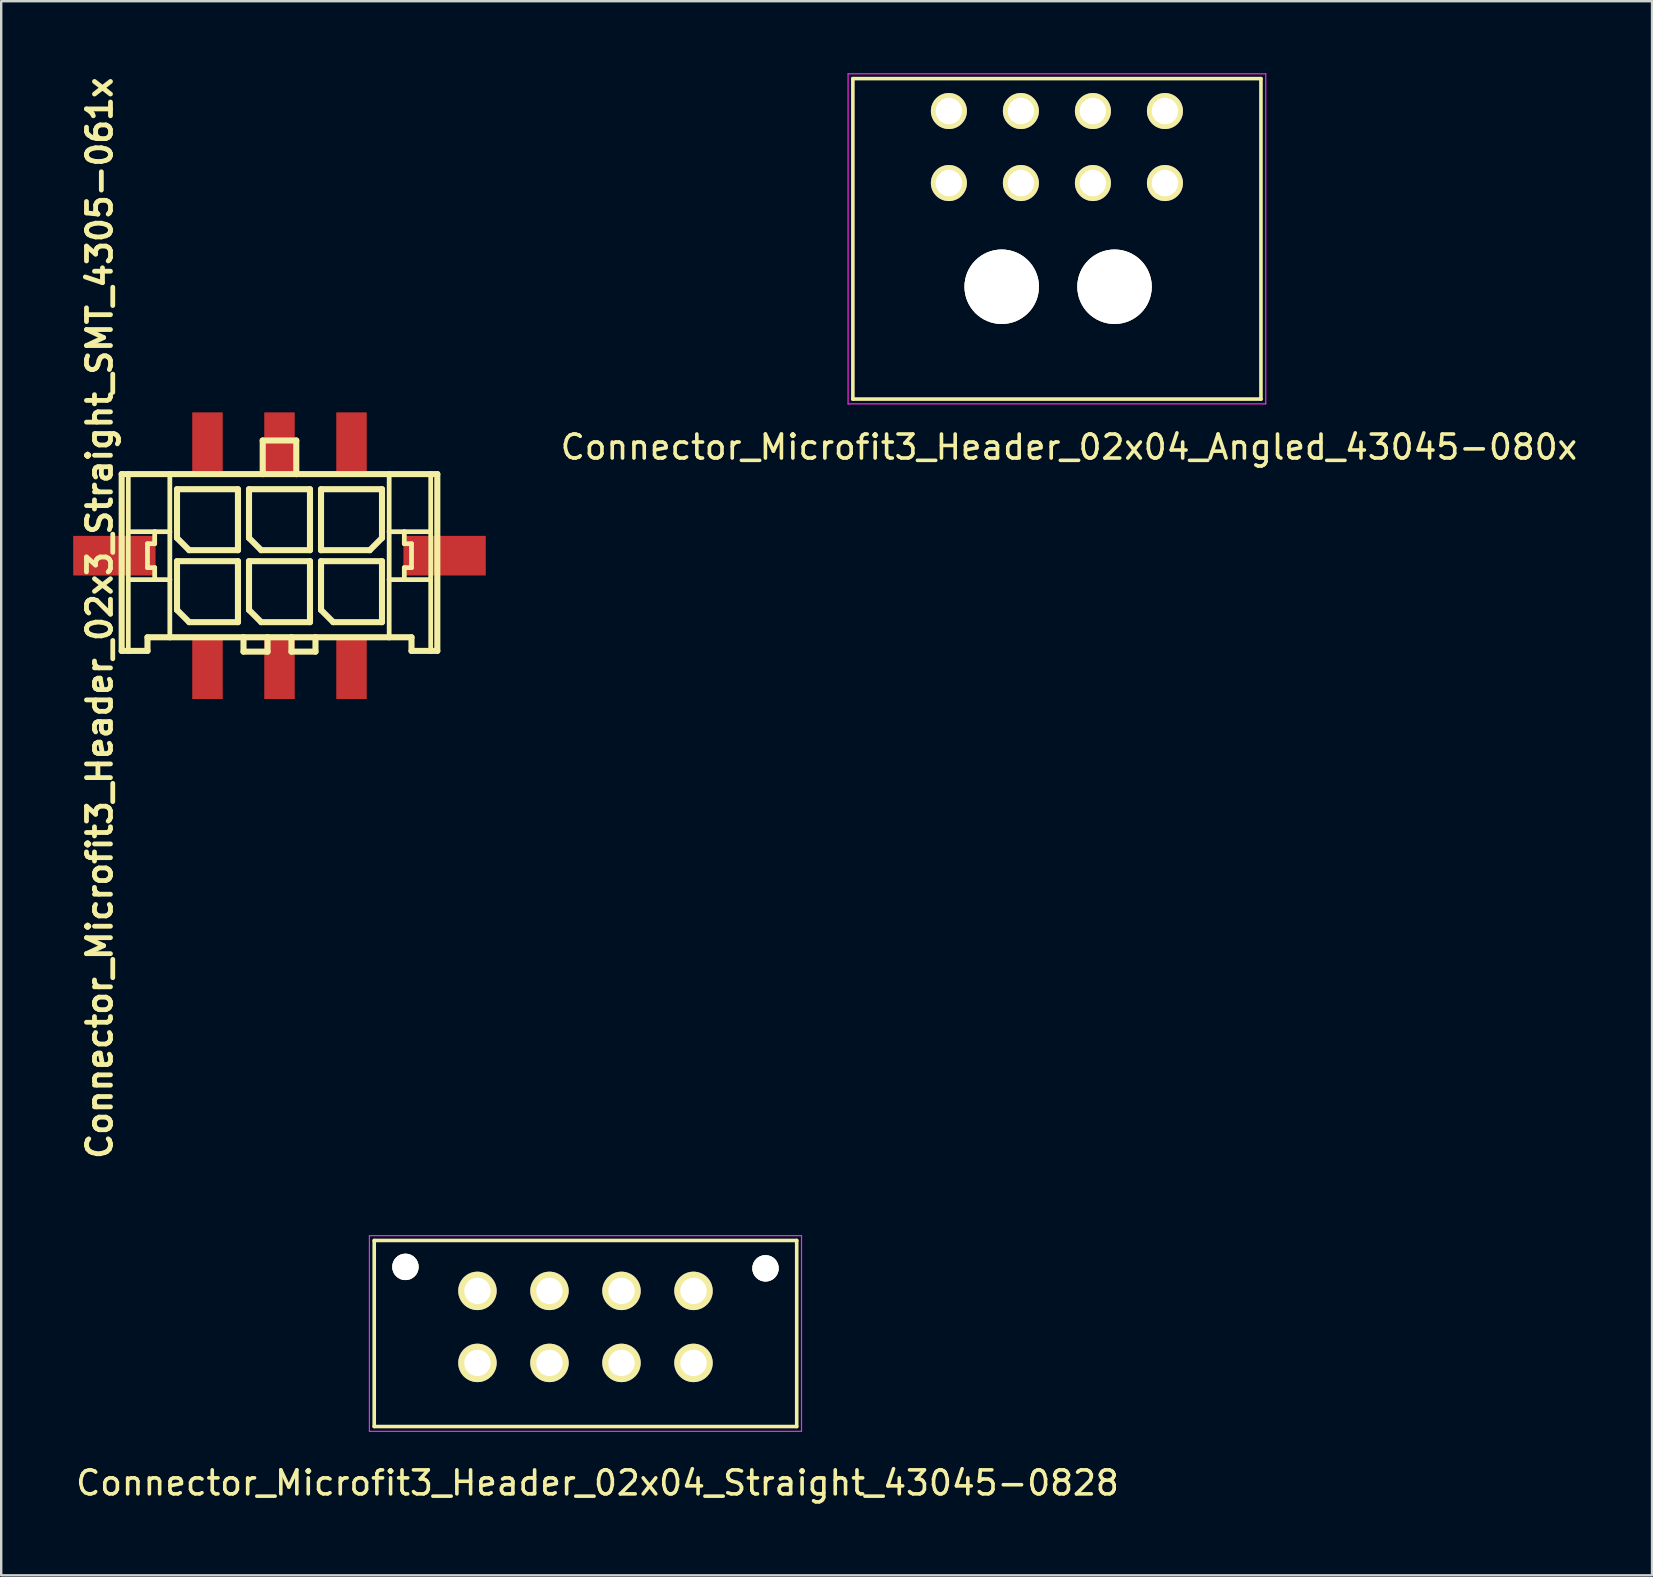
<source format=kicad_pcb>
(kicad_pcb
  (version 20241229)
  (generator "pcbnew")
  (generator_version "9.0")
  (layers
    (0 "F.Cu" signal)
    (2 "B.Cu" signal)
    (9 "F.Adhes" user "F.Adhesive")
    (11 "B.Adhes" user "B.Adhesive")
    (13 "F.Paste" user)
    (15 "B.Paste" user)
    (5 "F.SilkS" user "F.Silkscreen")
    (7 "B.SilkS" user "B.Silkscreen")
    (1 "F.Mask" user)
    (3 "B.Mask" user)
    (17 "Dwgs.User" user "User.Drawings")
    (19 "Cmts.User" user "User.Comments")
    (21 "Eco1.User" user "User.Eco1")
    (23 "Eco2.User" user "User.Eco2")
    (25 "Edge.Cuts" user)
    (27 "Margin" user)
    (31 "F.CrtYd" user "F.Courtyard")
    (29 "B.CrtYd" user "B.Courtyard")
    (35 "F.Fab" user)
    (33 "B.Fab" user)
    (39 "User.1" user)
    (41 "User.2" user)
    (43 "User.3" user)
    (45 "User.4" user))
  (footprint "Connector_Microfit3_Header_02x04_Straight_43045-0828"
    (layer "F.Cu")
    (at 25.839 53.725)
    (property "Reference" "Connector_Microfit3_Header_02x04_Straight_43045-0828" (at -4 5 0) (layer "F.SilkS") (effects (font (size 1 1) (thickness 0.15))))
    (attr through_hole)
    (fp_line (start -13.3 2.65) (end -13.3 -5.1) (stroke (width 0.15) (type solid)) (layer "F.SilkS"))
    (fp_line (start 4.3 -5.1) (end -13.3 -5.1) (stroke (width 0.15) (type solid)) (layer "F.SilkS"))
    (fp_line (start 4.3 2.65) (end -13.3 2.65) (stroke (width 0.15) (type solid)) (layer "F.SilkS"))
    (fp_line (start 4.3 2.65) (end 4.3 -5.1) (stroke (width 0.15) (type solid)) (layer "F.SilkS"))
    (fp_line (start -13.5 2.85) (end -13.5 -5.3) (stroke (width 0.05) (type solid)) (layer "F.CrtYd"))
    (fp_line (start 4.5 -5.3) (end -13.5 -5.3) (stroke (width 0.05) (type solid)) (layer "F.CrtYd"))
    (fp_line (start 4.5 2.85) (end -13.5 2.85) (stroke (width 0.05) (type solid)) (layer "F.CrtYd"))
    (fp_line (start 4.5 2.85) (end 4.5 -5.3) (stroke (width 0.05) (type solid)) (layer "F.CrtYd"))
    (pad "" thru_hole circle (at -12 -4) (size 1.1 1.1) (drill 1.1) (layers "*.Cu" "*.Mask" "F.SilkS"))
    (pad "" thru_hole circle (at 3 -3.94) (size 1.1 1.1) (drill 1.1) (layers "*.Cu" "*.Mask" "F.SilkS"))
    (pad "1" thru_hole circle (at 0 0) (size 1.6 1.6) (drill 1.1) (layers "*.Cu" "*.Mask" "F.SilkS"))
    (pad "2" thru_hole circle (at -3 0) (size 1.6 1.6) (drill 1.1) (layers "*.Cu" "*.Mask" "F.SilkS"))
    (pad "3" thru_hole circle (at -6 0) (size 1.6 1.6) (drill 1.1) (layers "*.Cu" "*.Mask" "F.SilkS"))
    (pad "4" thru_hole circle (at -9 0) (size 1.6 1.6) (drill 1.1) (layers "*.Cu" "*.Mask" "F.SilkS"))
    (pad "5" thru_hole circle (at 0 -3) (size 1.6 1.6) (drill 1.1) (layers "*.Cu" "*.Mask" "F.SilkS"))
    (pad "6" thru_hole circle (at -3 -3) (size 1.6 1.6) (drill 1.1) (layers "*.Cu" "*.Mask" "F.SilkS"))
    (pad "7" thru_hole circle (at -6 -3) (size 1.6 1.6) (drill 1.1) (layers "*.Cu" "*.Mask" "F.SilkS"))
    (pad "8" thru_hole circle (at -9 -3) (size 1.6 1.6) (drill 1.1) (layers "*.Cu" "*.Mask" "F.SilkS")))
  (footprint "Connector_Microfit3_Header_02x3_Straight_SMT_4305-061x"
    (layer "F.Cu")
    (at 8.593 20.098)
    (property "Reference" "Connector_Microfit3_Header_02x3_Straight_SMT_4305-061x" (at -7.493 2.603 90) (layer "F.SilkS") (effects (font (size 1 1) (thickness 0.2))))
    (attr smd)
    (fp_line (start -6.574 -3.399) (end -6.299 -3.399) (stroke (width 0.254) (type solid)) (layer "F.SilkS"))
    (fp_line (start -6.574 3.967) (end -6.574 -3.399) (stroke (width 0.254) (type solid)) (layer "F.SilkS"))
    (fp_line (start -6.299 -3.399) (end -4.569 -3.399) (stroke (width 0.254) (type solid)) (layer "F.SilkS"))
    (fp_line (start -6.299 -0.998) (end -6.299 -3.399) (stroke (width 0.198) (type solid)) (layer "F.SilkS"))
    (fp_line (start -6.299 0.998) (end -6.299 -0.998) (stroke (width 0.198) (type solid)) (layer "F.SilkS"))
    (fp_line (start -6.299 3.967) (end -6.574 3.967) (stroke (width 0.254) (type solid)) (layer "F.SilkS"))
    (fp_line (start -6.299 3.967) (end -6.299 0.998) (stroke (width 0.198) (type solid)) (layer "F.SilkS"))
    (fp_line (start -5.499 -0.498) (end -5.499 0.498) (stroke (width 0.198) (type solid)) (layer "F.SilkS"))
    (fp_line (start -5.499 0.498) (end -5.199 0.498) (stroke (width 0.198) (type solid)) (layer "F.SilkS"))
    (fp_line (start -5.499 3.399) (end -5.499 3.967) (stroke (width 0.254) (type solid)) (layer "F.SilkS"))
    (fp_line (start -5.499 3.967) (end -6.299 3.967) (stroke (width 0.254) (type solid)) (layer "F.SilkS"))
    (fp_line (start -5.199 -0.998) (end -6.299 -0.998) (stroke (width 0.198) (type solid)) (layer "F.SilkS"))
    (fp_line (start -5.199 -0.998) (end -5.199 -0.498) (stroke (width 0.198) (type solid)) (layer "F.SilkS"))
    (fp_line (start -5.199 -0.498) (end -5.499 -0.498) (stroke (width 0.198) (type solid)) (layer "F.SilkS"))
    (fp_line (start -5.199 0.498) (end -5.199 0.998) (stroke (width 0.198) (type solid)) (layer "F.SilkS"))
    (fp_line (start -5.199 0.998) (end -6.299 0.998) (stroke (width 0.198) (type solid)) (layer "F.SilkS"))
    (fp_line (start -4.569 -3.399) (end -0.699 -3.399) (stroke (width 0.254) (type solid)) (layer "F.SilkS"))
    (fp_line (start -4.569 -0.998) (end -5.199 -0.998) (stroke (width 0.198) (type solid)) (layer "F.SilkS"))
    (fp_line (start -4.569 -0.998) (end -4.569 -3.399) (stroke (width 0.198) (type solid)) (layer "F.SilkS"))
    (fp_line (start -4.569 0.998) (end -5.199 0.998) (stroke (width 0.198) (type solid)) (layer "F.SilkS"))
    (fp_line (start -4.569 0.998) (end -4.569 -0.998) (stroke (width 0.198) (type solid)) (layer "F.SilkS"))
    (fp_line (start -4.569 3.399) (end -5.499 3.399) (stroke (width 0.254) (type solid)) (layer "F.SilkS"))
    (fp_line (start -4.569 3.399) (end -4.569 0.998) (stroke (width 0.198) (type solid)) (layer "F.SilkS"))
    (fp_line (start -4.27 -2.769) (end -1.73 -2.769) (stroke (width 0.254) (type solid)) (layer "F.SilkS"))
    (fp_line (start -4.27 -0.737) (end -4.27 -2.769) (stroke (width 0.254) (type solid)) (layer "F.SilkS"))
    (fp_line (start -4.27 0.229) (end -1.73 0.229) (stroke (width 0.254) (type solid)) (layer "F.SilkS"))
    (fp_line (start -4.27 2.261) (end -4.27 0.229) (stroke (width 0.254) (type solid)) (layer "F.SilkS"))
    (fp_line (start -3.762 -0.229) (end -4.27 -0.737) (stroke (width 0.254) (type solid)) (layer "F.SilkS"))
    (fp_line (start -3.762 2.769) (end -4.27 2.261) (stroke (width 0.254) (type solid)) (layer "F.SilkS"))
    (fp_line (start -1.73 -2.769) (end -1.73 -0.229) (stroke (width 0.254) (type solid)) (layer "F.SilkS"))
    (fp_line (start -1.73 -0.229) (end -3.762 -0.229) (stroke (width 0.254) (type solid)) (layer "F.SilkS"))
    (fp_line (start -1.73 0.229) (end -1.73 2.769) (stroke (width 0.254) (type solid)) (layer "F.SilkS"))
    (fp_line (start -1.73 2.769) (end -3.762 2.769) (stroke (width 0.254) (type solid)) (layer "F.SilkS"))
    (fp_line (start -1.499 3.399) (end -4.569 3.399) (stroke (width 0.254) (type solid)) (layer "F.SilkS"))
    (fp_line (start -1.499 3.399) (end -1.499 3.998) (stroke (width 0.254) (type solid)) (layer "F.SilkS"))
    (fp_line (start -1.499 3.998) (end -0.498 3.998) (stroke (width 0.254) (type solid)) (layer "F.SilkS"))
    (fp_line (start -1.27 -2.769) (end 1.27 -2.769) (stroke (width 0.254) (type solid)) (layer "F.SilkS"))
    (fp_line (start -1.27 -0.737) (end -1.27 -2.769) (stroke (width 0.254) (type solid)) (layer "F.SilkS"))
    (fp_line (start -1.27 0.229) (end 1.27 0.229) (stroke (width 0.254) (type solid)) (layer "F.SilkS"))
    (fp_line (start -1.27 2.261) (end -1.27 0.229) (stroke (width 0.254) (type solid)) (layer "F.SilkS"))
    (fp_line (start -0.762 -0.229) (end -1.27 -0.737) (stroke (width 0.254) (type solid)) (layer "F.SilkS"))
    (fp_line (start -0.762 2.769) (end -1.27 2.261) (stroke (width 0.254) (type solid)) (layer "F.SilkS"))
    (fp_line (start -0.699 -4.798) (end -0.699 -3.399) (stroke (width 0.254) (type solid)) (layer "F.SilkS"))
    (fp_line (start -0.699 -4.798) (end 0.699 -4.798) (stroke (width 0.254) (type solid)) (layer "F.SilkS"))
    (fp_line (start -0.699 -3.399) (end 0.699 -3.399) (stroke (width 0.254) (type solid)) (layer "F.SilkS"))
    (fp_line (start -0.498 3.399) (end -1.499 3.399) (stroke (width 0.254) (type solid)) (layer "F.SilkS"))
    (fp_line (start -0.498 3.998) (end -0.498 3.399) (stroke (width 0.254) (type solid)) (layer "F.SilkS"))
    (fp_line (start 0.498 3.399) (end -0.498 3.399) (stroke (width 0.254) (type solid)) (layer "F.SilkS"))
    (fp_line (start 0.498 3.399) (end 0.498 3.998) (stroke (width 0.254) (type solid)) (layer "F.SilkS"))
    (fp_line (start 0.498 3.998) (end 1.499 3.998) (stroke (width 0.254) (type solid)) (layer "F.SilkS"))
    (fp_line (start 0.699 -4.798) (end 0.699 -3.399) (stroke (width 0.254) (type solid)) (layer "F.SilkS"))
    (fp_line (start 0.699 -3.399) (end 4.569 -3.399) (stroke (width 0.254) (type solid)) (layer "F.SilkS"))
    (fp_line (start 1.27 -2.769) (end 1.27 -0.229) (stroke (width 0.254) (type solid)) (layer "F.SilkS"))
    (fp_line (start 1.27 -0.229) (end -0.762 -0.229) (stroke (width 0.254) (type solid)) (layer "F.SilkS"))
    (fp_line (start 1.27 0.229) (end 1.27 2.769) (stroke (width 0.254) (type solid)) (layer "F.SilkS"))
    (fp_line (start 1.27 2.769) (end -0.762 2.769) (stroke (width 0.254) (type solid)) (layer "F.SilkS"))
    (fp_line (start 1.499 3.399) (end 0.498 3.399) (stroke (width 0.254) (type solid)) (layer "F.SilkS"))
    (fp_line (start 1.499 3.998) (end 1.499 3.399) (stroke (width 0.254) (type solid)) (layer "F.SilkS"))
    (fp_line (start 1.73 -2.769) (end 1.73 -0.229) (stroke (width 0.254) (type solid)) (layer "F.SilkS"))
    (fp_line (start 1.73 -0.229) (end 3.762 -0.229) (stroke (width 0.254) (type solid)) (layer "F.SilkS"))
    (fp_line (start 1.73 0.229) (end 4.27 0.229) (stroke (width 0.254) (type solid)) (layer "F.SilkS"))
    (fp_line (start 1.73 2.261) (end 1.73 0.229) (stroke (width 0.254) (type solid)) (layer "F.SilkS"))
    (fp_line (start 2.238 2.769) (end 1.73 2.261) (stroke (width 0.254) (type solid)) (layer "F.SilkS"))
    (fp_line (start 3.762 -0.229) (end 4.27 -0.737) (stroke (width 0.254) (type solid)) (layer "F.SilkS"))
    (fp_line (start 4.27 -2.769) (end 1.73 -2.769) (stroke (width 0.254) (type solid)) (layer "F.SilkS"))
    (fp_line (start 4.27 -0.737) (end 4.27 -2.769) (stroke (width 0.254) (type solid)) (layer "F.SilkS"))
    (fp_line (start 4.27 0.229) (end 4.27 2.769) (stroke (width 0.254) (type solid)) (layer "F.SilkS"))
    (fp_line (start 4.27 2.769) (end 2.238 2.769) (stroke (width 0.254) (type solid)) (layer "F.SilkS"))
    (fp_line (start 4.569 -3.399) (end 4.569 -0.998) (stroke (width 0.198) (type solid)) (layer "F.SilkS"))
    (fp_line (start 4.569 -3.399) (end 6.299 -3.399) (stroke (width 0.254) (type solid)) (layer "F.SilkS"))
    (fp_line (start 4.569 -0.998) (end 4.569 0.998) (stroke (width 0.198) (type solid)) (layer "F.SilkS"))
    (fp_line (start 4.569 -0.998) (end 5.199 -0.998) (stroke (width 0.198) (type solid)) (layer "F.SilkS"))
    (fp_line (start 4.569 0.998) (end 4.569 3.399) (stroke (width 0.198) (type solid)) (layer "F.SilkS"))
    (fp_line (start 4.569 0.998) (end 5.199 0.998) (stroke (width 0.198) (type solid)) (layer "F.SilkS"))
    (fp_line (start 4.569 3.399) (end 1.499 3.399) (stroke (width 0.254) (type solid)) (layer "F.SilkS"))
    (fp_line (start 5.199 -0.998) (end 5.199 -0.498) (stroke (width 0.198) (type solid)) (layer "F.SilkS"))
    (fp_line (start 5.199 -0.998) (end 6.299 -0.998) (stroke (width 0.198) (type solid)) (layer "F.SilkS"))
    (fp_line (start 5.199 -0.498) (end 5.499 -0.498) (stroke (width 0.198) (type solid)) (layer "F.SilkS"))
    (fp_line (start 5.199 0.498) (end 5.199 0.998) (stroke (width 0.198) (type solid)) (layer "F.SilkS"))
    (fp_line (start 5.199 0.998) (end 6.299 0.998) (stroke (width 0.198) (type solid)) (layer "F.SilkS"))
    (fp_line (start 5.499 -0.498) (end 5.499 0.498) (stroke (width 0.198) (type solid)) (layer "F.SilkS"))
    (fp_line (start 5.499 0.498) (end 5.199 0.498) (stroke (width 0.198) (type solid)) (layer "F.SilkS"))
    (fp_line (start 5.499 3.399) (end 4.569 3.399) (stroke (width 0.254) (type solid)) (layer "F.SilkS"))
    (fp_line (start 5.499 3.967) (end 5.499 3.399) (stroke (width 0.254) (type solid)) (layer "F.SilkS"))
    (fp_line (start 5.499 3.967) (end 6.299 3.967) (stroke (width 0.254) (type solid)) (layer "F.SilkS"))
    (fp_line (start 6.299 -3.399) (end 6.574 -3.399) (stroke (width 0.254) (type solid)) (layer "F.SilkS"))
    (fp_line (start 6.299 -0.998) (end 6.299 -3.399) (stroke (width 0.198) (type solid)) (layer "F.SilkS"))
    (fp_line (start 6.299 0.998) (end 6.299 -0.998) (stroke (width 0.198) (type solid)) (layer "F.SilkS"))
    (fp_line (start 6.299 3.967) (end 6.299 0.998) (stroke (width 0.198) (type solid)) (layer "F.SilkS"))
    (fp_line (start 6.299 3.967) (end 6.574 3.967) (stroke (width 0.254) (type solid)) (layer "F.SilkS"))
    (fp_line (start 6.574 -3.399) (end 6.574 3.967) (stroke (width 0.254) (type solid)) (layer "F.SilkS"))
    (pad "1" smd rect (at 3 4.7) (size 1.27 2.54) (layers "F.Cu" "F.Mask" "F.Paste"))
    (pad "2" smd rect (at 0 4.7) (size 1.27 2.54) (layers "F.Cu" "F.Mask" "F.Paste"))
    (pad "3" smd rect (at -3 4.7) (size 1.27 2.54) (layers "F.Cu" "F.Mask" "F.Paste"))
    (pad "4" smd rect (at 3 -4.7) (size 1.27 2.54) (layers "F.Cu" "F.Mask" "F.Paste"))
    (pad "5" smd rect (at 0 -4.7) (size 1.27 2.54) (layers "F.Cu" "F.Mask" "F.Paste"))
    (pad "6" smd rect (at -3 -4.7) (size 1.27 2.54) (layers "F.Cu" "F.Mask" "F.Paste"))
    (pad "CLIP" smd rect (at -6.878 0) (size 3.43 1.65) (layers "F.Cu" "F.Mask" "F.Paste"))
    (pad "CLIP" smd rect (at 6.878 0) (size 3.43 1.65) (layers "F.Cu" "F.Mask" "F.Paste")))
  (footprint "Connector_Microfit3_Header_02x04_Angled_43045-080x"
    (layer "F.Cu")
    (at 45.478 4.575)
    (property "Reference" "Connector_Microfit3_Header_02x04_Angled_43045-080x" (at -4 11 0) (layer "F.SilkS") (effects (font (size 1 1) (thickness 0.15))))
    (attr through_hole)
    (fp_line (start -13 -4.35) (end 4 -4.35) (stroke (width 0.15) (type solid)) (layer "F.SilkS"))
    (fp_line (start -13 9) (end -13 -4.35) (stroke (width 0.15) (type solid)) (layer "F.SilkS"))
    (fp_line (start 4 -4.35) (end 4 9) (stroke (width 0.15) (type solid)) (layer "F.SilkS"))
    (fp_line (start 4 9) (end -13 9) (stroke (width 0.15) (type solid)) (layer "F.SilkS"))
    (fp_line (start -13.2 -4.55) (end -13.2 9.2) (stroke (width 0.05) (type solid)) (layer "F.CrtYd"))
    (fp_line (start -13.2 9.2) (end 4.2 9.2) (stroke (width 0.05) (type solid)) (layer "F.CrtYd"))
    (fp_line (start 4.2 -4.55) (end -13.2 -4.55) (stroke (width 0.05) (type solid)) (layer "F.CrtYd"))
    (fp_line (start 4.2 9.2) (end 4.2 -4.55) (stroke (width 0.05) (type solid)) (layer "F.CrtYd"))
    (pad "" thru_hole circle (at -6.8 4.32) (size 3.1 3.1) (drill 3.1) (layers "*.Cu" "*.Mask" "F.SilkS"))
    (pad "" thru_hole circle (at -2.1 4.32) (size 3.1 3.1) (drill 3.1) (layers "*.Cu" "*.Mask" "F.SilkS"))
    (pad "1" thru_hole circle (at 0 0) (size 1.5 1.5) (drill 1.1) (layers "*.Cu" "*.Mask" "F.SilkS"))
    (pad "2" thru_hole circle (at -3 0) (size 1.5 1.5) (drill 1.1) (layers "*.Cu" "*.Mask" "F.SilkS"))
    (pad "3" thru_hole circle (at -6 0) (size 1.5 1.5) (drill 1.1) (layers "*.Cu" "*.Mask" "F.SilkS"))
    (pad "4" thru_hole circle (at -9 0) (size 1.5 1.5) (drill 1.1) (layers "*.Cu" "*.Mask" "F.SilkS"))
    (pad "5" thru_hole circle (at 0 -3) (size 1.5 1.5) (drill 1.1) (layers "*.Cu" "*.Mask" "F.SilkS"))
    (pad "6" thru_hole circle (at -3 -3) (size 1.5 1.5) (drill 1.1) (layers "*.Cu" "*.Mask" "F.SilkS"))
    (pad "7" thru_hole circle (at -6 -3) (size 1.5 1.5) (drill 1.1) (layers "*.Cu" "*.Mask" "F.SilkS"))
    (pad "8" thru_hole circle (at -9 -3) (size 1.5 1.5) (drill 1.1) (layers "*.Cu" "*.Mask" "F.SilkS")))
  (gr_rect
    (start -3 -3)
    (end 65.77 62.573)
    (stroke (width 0.1) (type default))
    (fill no)
    (layer "Edge.Cuts")))
</source>
